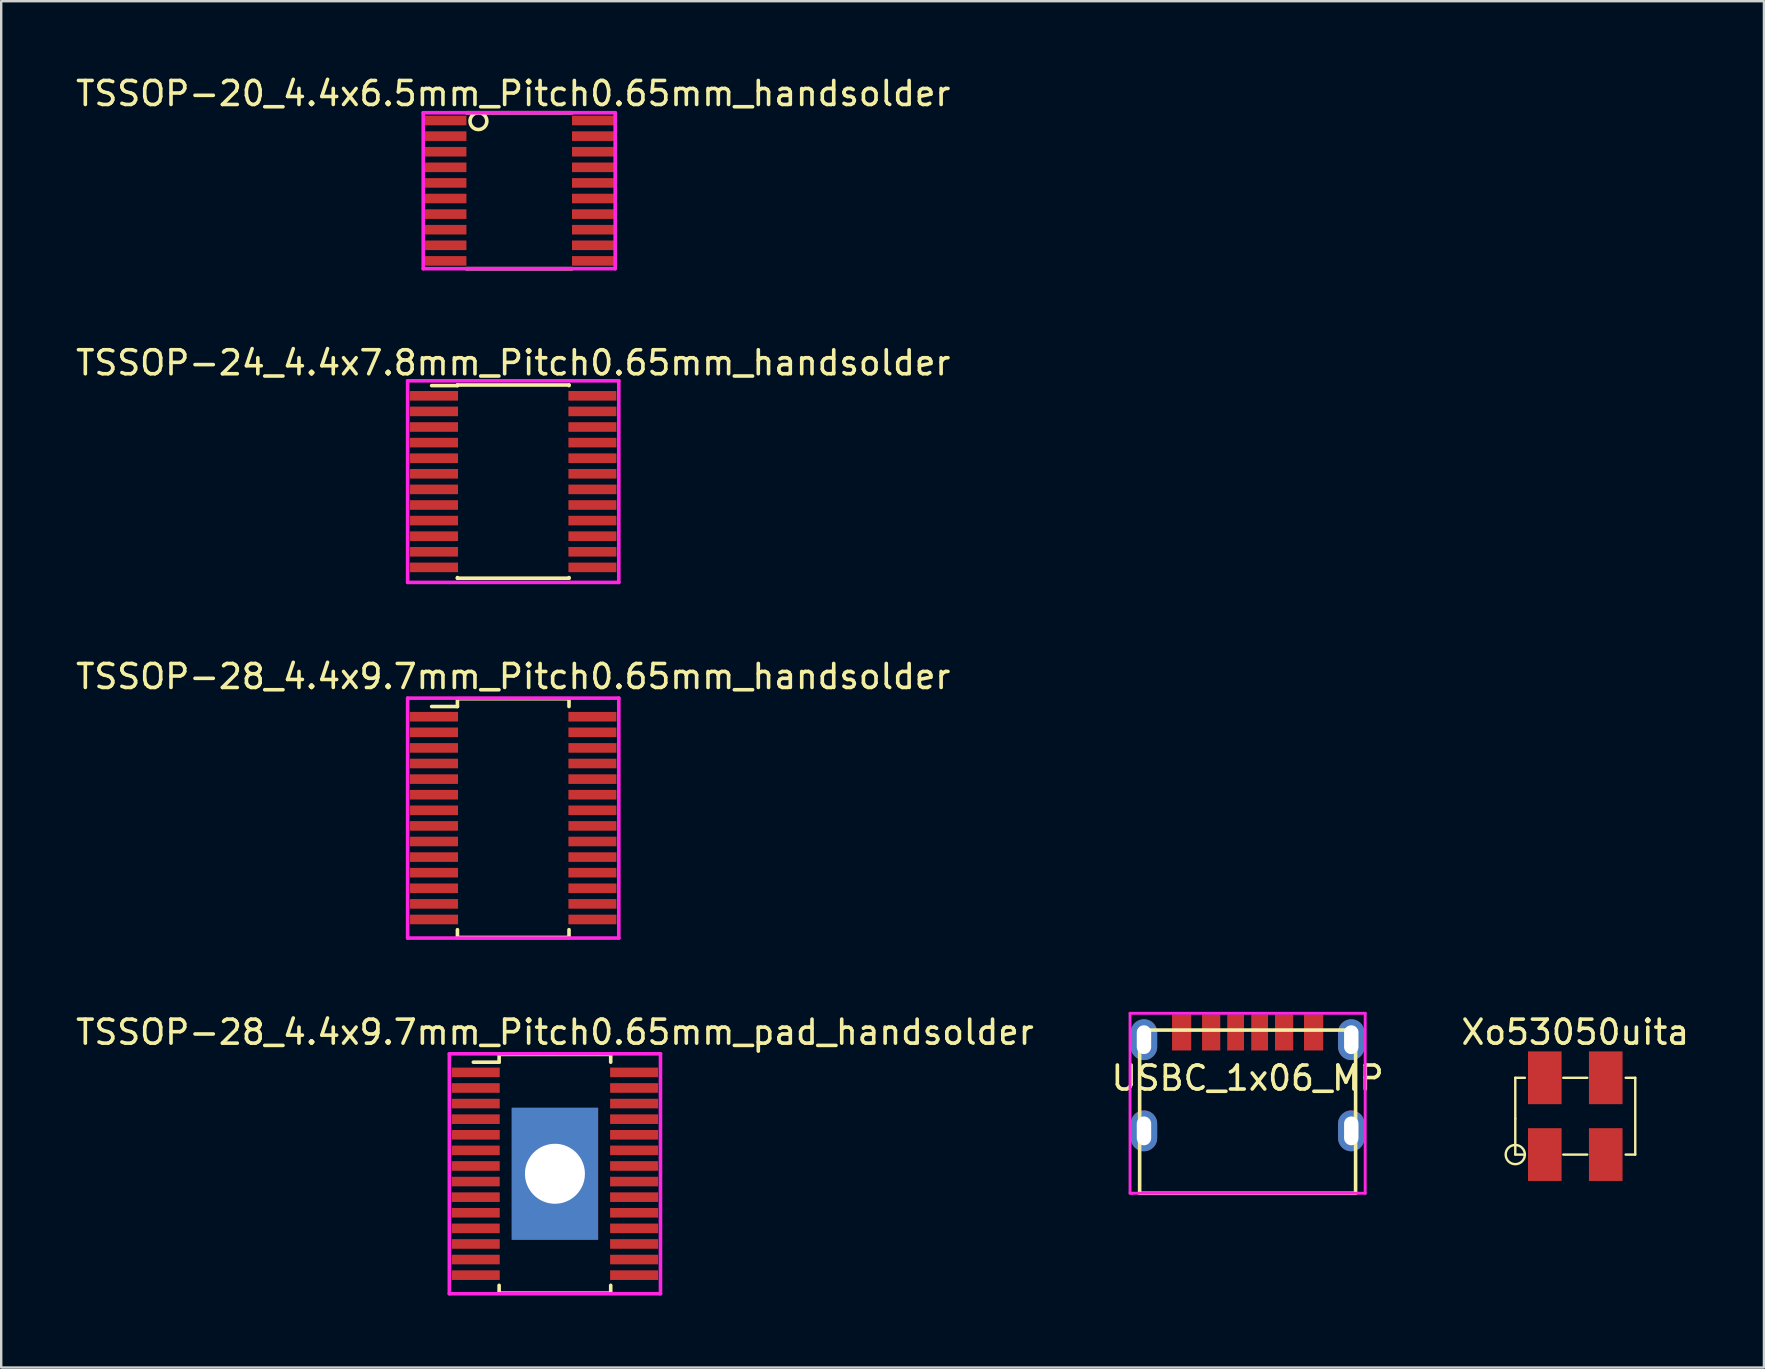
<source format=kicad_pcb>
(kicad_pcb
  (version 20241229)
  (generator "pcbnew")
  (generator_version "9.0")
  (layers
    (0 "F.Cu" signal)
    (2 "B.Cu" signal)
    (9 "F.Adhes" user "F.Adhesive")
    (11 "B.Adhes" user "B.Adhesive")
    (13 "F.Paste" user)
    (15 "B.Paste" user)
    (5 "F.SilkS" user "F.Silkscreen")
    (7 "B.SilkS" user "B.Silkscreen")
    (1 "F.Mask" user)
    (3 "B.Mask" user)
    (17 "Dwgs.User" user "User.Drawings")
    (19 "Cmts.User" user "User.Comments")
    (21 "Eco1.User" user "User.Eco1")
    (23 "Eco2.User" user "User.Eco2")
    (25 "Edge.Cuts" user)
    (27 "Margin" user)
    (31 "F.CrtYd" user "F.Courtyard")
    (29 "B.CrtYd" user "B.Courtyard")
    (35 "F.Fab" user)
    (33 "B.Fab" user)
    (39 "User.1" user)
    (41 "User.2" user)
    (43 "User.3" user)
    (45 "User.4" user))
  (footprint "TSSOP-20_4.4x6.5mm_Pitch0.65mm_handsolder"
    (layer "F.Cu")
    (at 18.589 4.898)
    (property "Reference" "TSSOP-20_4.4x6.5mm_Pitch0.65mm_handsolder" (at -0.25 -4.05 0) (layer "F.SilkS") (effects (font (size 1 1) (thickness 0.15))))
    (attr smd)
    (fp_line (start -2.2 -3.25) (end 2.2 -3.25) (stroke (width 0.15) (type solid)) (layer "F.SilkS"))
    (fp_line (start -2.2 3.25) (end 2.2 3.25) (stroke (width 0.15) (type solid)) (layer "F.SilkS"))
    (fp_circle (center -1.7 -2.9) (end -1.7 -3.25) (stroke (width 0.15) (type solid)) (fill no) (layer "F.SilkS"))
    (fp_line (start -4 -3.25) (end -4 3.25) (stroke (width 0.15) (type solid)) (layer "F.CrtYd"))
    (fp_line (start -4 3.25) (end 4 3.25) (stroke (width 0.15) (type solid)) (layer "F.CrtYd"))
    (fp_line (start 4 -3.25) (end -4 -3.25) (stroke (width 0.15) (type solid)) (layer "F.CrtYd"))
    (fp_line (start 4 3.25) (end 4 -3.25) (stroke (width 0.15) (type solid)) (layer "F.CrtYd"))
    (pad "1" smd rect (at -3.1 -2.925) (size 1.8 0.4) (layers "F.Cu" "F.Mask" "F.Paste"))
    (pad "2" smd rect (at -3.1 -2.275) (size 1.8 0.4) (layers "F.Cu" "F.Mask" "F.Paste"))
    (pad "3" smd rect (at -3.1 -1.625) (size 1.8 0.4) (layers "F.Cu" "F.Mask" "F.Paste"))
    (pad "4" smd rect (at -3.1 -0.975) (size 1.8 0.4) (layers "F.Cu" "F.Mask" "F.Paste"))
    (pad "5" smd rect (at -3.1 -0.325) (size 1.8 0.4) (layers "F.Cu" "F.Mask" "F.Paste"))
    (pad "6" smd rect (at -3.1 0.325) (size 1.8 0.4) (layers "F.Cu" "F.Mask" "F.Paste"))
    (pad "7" smd rect (at -3.1 0.975) (size 1.8 0.4) (layers "F.Cu" "F.Mask" "F.Paste"))
    (pad "8" smd rect (at -3.1 1.625) (size 1.8 0.4) (layers "F.Cu" "F.Mask" "F.Paste"))
    (pad "9" smd rect (at -3.1 2.275) (size 1.8 0.4) (layers "F.Cu" "F.Mask" "F.Paste"))
    (pad "10" smd rect (at -3.1 2.925) (size 1.8 0.4) (layers "F.Cu" "F.Mask" "F.Paste"))
    (pad "11" smd rect (at 3.1 2.925) (size 1.8 0.4) (layers "F.Cu" "F.Mask" "F.Paste"))
    (pad "12" smd rect (at 3.1 2.275) (size 1.8 0.4) (layers "F.Cu" "F.Mask" "F.Paste"))
    (pad "13" smd rect (at 3.1 1.625) (size 1.8 0.4) (layers "F.Cu" "F.Mask" "F.Paste"))
    (pad "14" smd rect (at 3.1 0.975) (size 1.8 0.4) (layers "F.Cu" "F.Mask" "F.Paste"))
    (pad "15" smd rect (at 3.1 0.325) (size 1.8 0.4) (layers "F.Cu" "F.Mask" "F.Paste"))
    (pad "16" smd rect (at 3.1 -0.325) (size 1.8 0.4) (layers "F.Cu" "F.Mask" "F.Paste"))
    (pad "17" smd rect (at 3.1 -0.975) (size 1.8 0.4) (layers "F.Cu" "F.Mask" "F.Paste"))
    (pad "18" smd rect (at 3.1 -1.625) (size 1.8 0.4) (layers "F.Cu" "F.Mask" "F.Paste"))
    (pad "19" smd rect (at 3.1 -2.275) (size 1.8 0.4) (layers "F.Cu" "F.Mask" "F.Paste"))
    (pad "20" smd rect (at 3.1 -2.925) (size 1.8 0.4) (layers "F.Cu" "F.Mask" "F.Paste")))
  (footprint "Xo53050uita"
    (layer "F.Cu")
    (at 62.601 43.468)
    (property "Reference" "Xo53050uita" (at 0 -3.5 0) (layer "F.SilkS") (effects (font (size 1 1) (thickness 0.15))))
    (attr through_hole)
    (fp_line (start -2.5 -1.6) (end -2.1 -1.6) (stroke (width 0.1) (type solid)) (layer "F.SilkS"))
    (fp_line (start -2.5 0.1) (end -2.5 -1.6) (stroke (width 0.1) (type solid)) (layer "F.SilkS"))
    (fp_line (start -2.5 1.6) (end -2.5 0.1) (stroke (width 0.1) (type solid)) (layer "F.SilkS"))
    (fp_line (start -2.1 1.6) (end -2.5 1.6) (stroke (width 0.1) (type solid)) (layer "F.SilkS"))
    (fp_line (start -0.5 -1.6) (end 0.5 -1.6) (stroke (width 0.1) (type solid)) (layer "F.SilkS"))
    (fp_line (start -0.5 1.6) (end 0.5 1.6) (stroke (width 0.1) (type solid)) (layer "F.SilkS"))
    (fp_line (start 2.1 1.6) (end 2.5 1.6) (stroke (width 0.1) (type solid)) (layer "F.SilkS"))
    (fp_line (start 2.5 -1.6) (end 2.1 -1.6) (stroke (width 0.1) (type solid)) (layer "F.SilkS"))
    (fp_line (start 2.5 1.6) (end 2.5 -1.6) (stroke (width 0.1) (type solid)) (layer "F.SilkS"))
    (fp_circle (center -2.5 1.6) (end -2.5 1.2) (stroke (width 0.1) (type solid)) (fill no) (layer "F.SilkS"))
    (pad "1" smd rect (at -1.27 1.6) (size 1.4 2.2) (layers "F.Cu" "F.Mask" "F.Paste"))
    (pad "2" smd rect (at 1.27 1.6) (size 1.4 2.2) (layers "F.Cu" "F.Mask" "F.Paste"))
    (pad "3" smd rect (at 1.27 -1.6) (size 1.4 2.2) (layers "F.Cu" "F.Mask" "F.Paste"))
    (pad "4" smd rect (at -1.27 -1.6) (size 1.4 2.2) (layers "F.Cu" "F.Mask" "F.Paste")))
  (footprint "USBC_1x06_MP"
    (layer "F.Cu")
    (at 48.946 40.28)
    (property "Reference" "USBC_1x06_MP" (at 0 1.6 0) (layer "F.SilkS") (effects (font (size 1 1) (thickness 0.15))))
    (attr through_hole)
    (fp_line (start -4.5 -0.4) (end 4.5 -0.4) (stroke (width 0.15) (type solid)) (layer "F.SilkS"))
    (fp_line (start -4.5 6.4) (end -4.5 -0.4) (stroke (width 0.15) (type solid)) (layer "F.SilkS"))
    (fp_line (start 4.5 -0.4) (end 4.5 6.4) (stroke (width 0.15) (type solid)) (layer "F.SilkS"))
    (fp_line (start 4.5 6.4) (end -4.5 6.4) (stroke (width 0.15) (type solid)) (layer "F.SilkS"))
    (fp_line (start -4.9 -1.1) (end 4.9 -1.1) (stroke (width 0.12) (type solid)) (layer "F.CrtYd"))
    (fp_line (start -4.9 6.4) (end -4.9 -1.1) (stroke (width 0.12) (type solid)) (layer "F.CrtYd"))
    (fp_line (start -4.8 6.4) (end -4.9 6.4) (stroke (width 0.12) (type solid)) (layer "F.CrtYd"))
    (fp_line (start 4.9 -1.1) (end 4.9 6.4) (stroke (width 0.12) (type solid)) (layer "F.CrtYd"))
    (fp_line (start 4.9 6.4) (end -4.8 6.4) (stroke (width 0.12) (type solid)) (layer "F.CrtYd"))
    (pad "A5" smd rect (at -0.5 -0.3) (size 0.7 1.5) (layers "F.Cu" "F.Mask" "F.Paste"))
    (pad "A9" smd rect (at 1.52 -0.3) (size 0.76 1.5) (layers "F.Cu" "F.Mask" "F.Paste"))
    (pad "A12" smd rect (at 2.75 -0.3) (size 0.8 1.5) (layers "F.Cu" "F.Mask" "F.Paste"))
    (pad "B5" smd rect (at 0.5 -0.3) (size 0.7 1.5) (layers "F.Cu" "F.Mask" "F.Paste"))
    (pad "B9" smd rect (at -1.52 -0.3) (size 0.76 1.5) (layers "F.Cu" "F.Mask" "F.Paste"))
    (pad "B12" smd rect (at -2.75 -0.3) (size 0.8 1.5) (layers "F.Cu" "F.Mask" "F.Paste"))
    (pad "MP" thru_hole oval (at -4.32 0) (size 1.1 1.7) (drill oval 0.6 1.2) (layers "*.Cu" "*.Mask"))
    (pad "MP" thru_hole oval (at -4.32 3.8) (size 1.1 1.7) (drill oval 0.6 1.2) (layers "*.Cu" "*.Mask"))
    (pad "MP" thru_hole oval (at 4.32 0) (size 1.1 1.7) (drill oval 0.6 1.2) (layers "*.Cu" "*.Mask"))
    (pad "MP" thru_hole oval (at 4.32 3.8) (size 1.1 1.7) (drill oval 0.6 1.2) (layers "*.Cu" "*.Mask")))
  (footprint "TSSOP-28_4.4x9.7mm_Pitch0.65mm_handsolder"
    (layer "F.Cu")
    (at 18.339 31.045)
    (property "Reference" "TSSOP-28_4.4x9.7mm_Pitch0.65mm_handsolder" (at 0 -5.9 0) (layer "F.SilkS") (effects (font (size 1 1) (thickness 0.15))))
    (attr smd)
    (fp_line (start -2.325 -4.975) (end -2.325 -4.65) (stroke (width 0.15) (type solid)) (layer "F.SilkS"))
    (fp_line (start -2.325 -4.975) (end 2.325 -4.975) (stroke (width 0.15) (type solid)) (layer "F.SilkS"))
    (fp_line (start -2.325 -4.65) (end -3.4 -4.65) (stroke (width 0.15) (type solid)) (layer "F.SilkS"))
    (fp_line (start -2.325 4.975) (end -2.325 4.65) (stroke (width 0.15) (type solid)) (layer "F.SilkS"))
    (fp_line (start -2.325 4.975) (end 2.325 4.975) (stroke (width 0.15) (type solid)) (layer "F.SilkS"))
    (fp_line (start 2.325 -4.975) (end 2.325 -4.65) (stroke (width 0.15) (type solid)) (layer "F.SilkS"))
    (fp_line (start 2.325 4.975) (end 2.325 4.65) (stroke (width 0.15) (type solid)) (layer "F.SilkS"))
    (fp_line (start -4.4 -5) (end 4.4 -5) (stroke (width 0.15) (type solid)) (layer "F.CrtYd"))
    (fp_line (start -4.4 5) (end -4.4 -5) (stroke (width 0.15) (type solid)) (layer "F.CrtYd"))
    (fp_line (start -4.4 5) (end 4.4 5) (stroke (width 0.15) (type solid)) (layer "F.CrtYd"))
    (fp_line (start 4.4 5) (end 4.4 -5) (stroke (width 0.15) (type solid)) (layer "F.CrtYd"))
    (pad "1" smd rect (at -3.3 -4.225) (size 2 0.4) (layers "F.Cu" "F.Mask" "F.Paste"))
    (pad "2" smd rect (at -3.3 -3.575) (size 2 0.4) (layers "F.Cu" "F.Mask" "F.Paste"))
    (pad "3" smd rect (at -3.3 -2.925) (size 2 0.4) (layers "F.Cu" "F.Mask" "F.Paste"))
    (pad "4" smd rect (at -3.3 -2.275) (size 2 0.4) (layers "F.Cu" "F.Mask" "F.Paste"))
    (pad "5" smd rect (at -3.3 -1.625) (size 2 0.4) (layers "F.Cu" "F.Mask" "F.Paste"))
    (pad "6" smd rect (at -3.3 -0.975) (size 2 0.4) (layers "F.Cu" "F.Mask" "F.Paste"))
    (pad "7" smd rect (at -3.3 -0.325) (size 2 0.4) (layers "F.Cu" "F.Mask" "F.Paste"))
    (pad "8" smd rect (at -3.3 0.325) (size 2 0.4) (layers "F.Cu" "F.Mask" "F.Paste"))
    (pad "9" smd rect (at -3.3 0.975) (size 2 0.4) (layers "F.Cu" "F.Mask" "F.Paste"))
    (pad "10" smd rect (at -3.3 1.625) (size 2 0.4) (layers "F.Cu" "F.Mask" "F.Paste"))
    (pad "11" smd rect (at -3.3 2.275) (size 2 0.4) (layers "F.Cu" "F.Mask" "F.Paste"))
    (pad "12" smd rect (at -3.3 2.925) (size 2 0.4) (layers "F.Cu" "F.Mask" "F.Paste"))
    (pad "13" smd rect (at -3.3 3.575) (size 2 0.4) (layers "F.Cu" "F.Mask" "F.Paste"))
    (pad "14" smd rect (at -3.3 4.225) (size 2 0.4) (layers "F.Cu" "F.Mask" "F.Paste"))
    (pad "15" smd rect (at 3.3 4.225) (size 2 0.4) (layers "F.Cu" "F.Mask" "F.Paste"))
    (pad "16" smd rect (at 3.3 3.575) (size 2 0.4) (layers "F.Cu" "F.Mask" "F.Paste"))
    (pad "17" smd rect (at 3.3 2.925) (size 2 0.4) (layers "F.Cu" "F.Mask" "F.Paste"))
    (pad "18" smd rect (at 3.3 2.275) (size 2 0.4) (layers "F.Cu" "F.Mask" "F.Paste"))
    (pad "19" smd rect (at 3.3 1.625) (size 2 0.4) (layers "F.Cu" "F.Mask" "F.Paste"))
    (pad "20" smd rect (at 3.3 0.975) (size 2 0.4) (layers "F.Cu" "F.Mask" "F.Paste"))
    (pad "21" smd rect (at 3.3 0.325) (size 2 0.4) (layers "F.Cu" "F.Mask" "F.Paste"))
    (pad "22" smd rect (at 3.3 -0.325) (size 2 0.4) (layers "F.Cu" "F.Mask" "F.Paste"))
    (pad "23" smd rect (at 3.3 -0.975) (size 2 0.4) (layers "F.Cu" "F.Mask" "F.Paste"))
    (pad "24" smd rect (at 3.3 -1.625) (size 2 0.4) (layers "F.Cu" "F.Mask" "F.Paste"))
    (pad "25" smd rect (at 3.3 -2.275) (size 2 0.4) (layers "F.Cu" "F.Mask" "F.Paste"))
    (pad "26" smd rect (at 3.3 -2.925) (size 2 0.4) (layers "F.Cu" "F.Mask" "F.Paste"))
    (pad "27" smd rect (at 3.3 -3.575) (size 2 0.4) (layers "F.Cu" "F.Mask" "F.Paste"))
    (pad "28" smd rect (at 3.3 -4.225) (size 2 0.4) (layers "F.Cu" "F.Mask" "F.Paste")))
  (footprint "TSSOP-24_4.4x7.8mm_Pitch0.65mm_handsolder"
    (layer "F.Cu")
    (at 18.339 17.021)
    (property "Reference" "TSSOP-24_4.4x7.8mm_Pitch0.65mm_handsolder" (at 0 -4.95 0) (layer "F.SilkS") (effects (font (size 1 1) (thickness 0.15))))
    (attr smd)
    (fp_line (start -2.325 -4.025) (end -2.325 -4) (stroke (width 0.15) (type solid)) (layer "F.SilkS"))
    (fp_line (start -2.325 -4.025) (end 2.325 -4.025) (stroke (width 0.15) (type solid)) (layer "F.SilkS"))
    (fp_line (start -2.325 -4) (end -3.4 -4) (stroke (width 0.15) (type solid)) (layer "F.SilkS"))
    (fp_line (start -2.325 4.025) (end -2.325 4) (stroke (width 0.15) (type solid)) (layer "F.SilkS"))
    (fp_line (start -2.325 4.025) (end 2.325 4.025) (stroke (width 0.15) (type solid)) (layer "F.SilkS"))
    (fp_line (start 2.325 -4.025) (end 2.325 -4) (stroke (width 0.15) (type solid)) (layer "F.SilkS"))
    (fp_line (start 2.325 4.025) (end 2.325 4) (stroke (width 0.15) (type solid)) (layer "F.SilkS"))
    (fp_line (start -4.4 -4.2) (end 4.4 -4.2) (stroke (width 0.15) (type solid)) (layer "F.CrtYd"))
    (fp_line (start -4.4 4.2) (end -4.4 -4.2) (stroke (width 0.15) (type solid)) (layer "F.CrtYd"))
    (fp_line (start 4.4 -4.2) (end 4.4 4.2) (stroke (width 0.15) (type solid)) (layer "F.CrtYd"))
    (fp_line (start 4.4 4.2) (end -4.4 4.2) (stroke (width 0.15) (type solid)) (layer "F.CrtYd"))
    (pad "1" smd rect (at -3.3 -3.575) (size 2 0.4) (layers "F.Cu" "F.Mask" "F.Paste"))
    (pad "2" smd rect (at -3.3 -2.925) (size 2 0.4) (layers "F.Cu" "F.Mask" "F.Paste"))
    (pad "3" smd rect (at -3.3 -2.275) (size 2 0.4) (layers "F.Cu" "F.Mask" "F.Paste"))
    (pad "4" smd rect (at -3.3 -1.625) (size 2 0.4) (layers "F.Cu" "F.Mask" "F.Paste"))
    (pad "5" smd rect (at -3.3 -0.975) (size 2 0.4) (layers "F.Cu" "F.Mask" "F.Paste"))
    (pad "6" smd rect (at -3.3 -0.325) (size 2 0.4) (layers "F.Cu" "F.Mask" "F.Paste"))
    (pad "7" smd rect (at -3.3 0.325) (size 2 0.4) (layers "F.Cu" "F.Mask" "F.Paste"))
    (pad "8" smd rect (at -3.3 0.975) (size 2 0.4) (layers "F.Cu" "F.Mask" "F.Paste"))
    (pad "9" smd rect (at -3.3 1.625) (size 2 0.4) (layers "F.Cu" "F.Mask" "F.Paste"))
    (pad "10" smd rect (at -3.3 2.275) (size 2 0.4) (layers "F.Cu" "F.Mask" "F.Paste"))
    (pad "11" smd rect (at -3.3 2.925) (size 2 0.4) (layers "F.Cu" "F.Mask" "F.Paste"))
    (pad "12" smd rect (at -3.3 3.575) (size 2 0.4) (layers "F.Cu" "F.Mask" "F.Paste"))
    (pad "13" smd rect (at 3.3 3.575) (size 2 0.4) (layers "F.Cu" "F.Mask" "F.Paste"))
    (pad "14" smd rect (at 3.3 2.925) (size 2 0.4) (layers "F.Cu" "F.Mask" "F.Paste"))
    (pad "15" smd rect (at 3.3 2.275) (size 2 0.4) (layers "F.Cu" "F.Mask" "F.Paste"))
    (pad "16" smd rect (at 3.3 1.625) (size 2 0.4) (layers "F.Cu" "F.Mask" "F.Paste"))
    (pad "17" smd rect (at 3.3 0.975) (size 2 0.4) (layers "F.Cu" "F.Mask" "F.Paste"))
    (pad "18" smd rect (at 3.3 0.325) (size 2 0.4) (layers "F.Cu" "F.Mask" "F.Paste"))
    (pad "19" smd rect (at 3.3 -0.325) (size 2 0.4) (layers "F.Cu" "F.Mask" "F.Paste"))
    (pad "20" smd rect (at 3.3 -0.975) (size 2 0.4) (layers "F.Cu" "F.Mask" "F.Paste"))
    (pad "21" smd rect (at 3.3 -1.625) (size 2 0.4) (layers "F.Cu" "F.Mask" "F.Paste"))
    (pad "22" smd rect (at 3.3 -2.275) (size 2 0.4) (layers "F.Cu" "F.Mask" "F.Paste"))
    (pad "23" smd rect (at 3.3 -2.925) (size 2 0.4) (layers "F.Cu" "F.Mask" "F.Paste"))
    (pad "24" smd rect (at 3.3 -3.575) (size 2 0.4) (layers "F.Cu" "F.Mask" "F.Paste")))
  (footprint "TSSOP-28_4.4x9.7mm_Pitch0.65mm_pad_handsolder"
    (layer "F.Cu")
    (at 20.077 45.868)
    (property "Reference" "TSSOP-28_4.4x9.7mm_Pitch0.65mm_pad_handsolder" (at 0 -5.9 0) (layer "F.SilkS") (effects (font (size 1 1) (thickness 0.15))))
    (attr smd)
    (fp_line (start -2.325 -4.975) (end -2.325 -4.65) (stroke (width 0.15) (type solid)) (layer "F.SilkS"))
    (fp_line (start -2.325 -4.975) (end 2.325 -4.975) (stroke (width 0.15) (type solid)) (layer "F.SilkS"))
    (fp_line (start -2.325 -4.65) (end -3.4 -4.65) (stroke (width 0.15) (type solid)) (layer "F.SilkS"))
    (fp_line (start -2.325 4.975) (end -2.325 4.65) (stroke (width 0.15) (type solid)) (layer "F.SilkS"))
    (fp_line (start -2.325 4.975) (end 2.325 4.975) (stroke (width 0.15) (type solid)) (layer "F.SilkS"))
    (fp_line (start 2.325 -4.975) (end 2.325 -4.65) (stroke (width 0.15) (type solid)) (layer "F.SilkS"))
    (fp_line (start 2.325 4.975) (end 2.325 4.65) (stroke (width 0.15) (type solid)) (layer "F.SilkS"))
    (fp_line (start -4.4 -5) (end 4.4 -5) (stroke (width 0.15) (type solid)) (layer "F.CrtYd"))
    (fp_line (start -4.4 5) (end -4.4 -5) (stroke (width 0.15) (type solid)) (layer "F.CrtYd"))
    (fp_line (start -4.4 5) (end 4.4 5) (stroke (width 0.15) (type solid)) (layer "F.CrtYd"))
    (fp_line (start 4.4 5) (end 4.4 -5) (stroke (width 0.15) (type solid)) (layer "F.CrtYd"))
    (pad "1" smd rect (at -3.3 -4.225) (size 2 0.4) (layers "F.Cu" "F.Mask" "F.Paste"))
    (pad "2" smd rect (at -3.3 -3.575) (size 2 0.4) (layers "F.Cu" "F.Mask" "F.Paste"))
    (pad "3" smd rect (at -3.3 -2.925) (size 2 0.4) (layers "F.Cu" "F.Mask" "F.Paste"))
    (pad "4" smd rect (at -3.3 -2.275) (size 2 0.4) (layers "F.Cu" "F.Mask" "F.Paste"))
    (pad "5" smd rect (at -3.3 -1.625) (size 2 0.4) (layers "F.Cu" "F.Mask" "F.Paste"))
    (pad "6" smd rect (at -3.3 -0.975) (size 2 0.4) (layers "F.Cu" "F.Mask" "F.Paste"))
    (pad "7" smd rect (at -3.3 -0.325) (size 2 0.4) (layers "F.Cu" "F.Mask" "F.Paste"))
    (pad "8" smd rect (at -3.3 0.325) (size 2 0.4) (layers "F.Cu" "F.Mask" "F.Paste"))
    (pad "9" smd rect (at -3.3 0.975) (size 2 0.4) (layers "F.Cu" "F.Mask" "F.Paste"))
    (pad "10" smd rect (at -3.3 1.625) (size 2 0.4) (layers "F.Cu" "F.Mask" "F.Paste"))
    (pad "11" smd rect (at -3.3 2.275) (size 2 0.4) (layers "F.Cu" "F.Mask" "F.Paste"))
    (pad "12" smd rect (at -3.3 2.925) (size 2 0.4) (layers "F.Cu" "F.Mask" "F.Paste"))
    (pad "13" smd rect (at -3.3 3.575) (size 2 0.4) (layers "F.Cu" "F.Mask" "F.Paste"))
    (pad "14" smd rect (at -3.3 4.225) (size 2 0.4) (layers "F.Cu" "F.Mask" "F.Paste"))
    (pad "15" smd rect (at 3.3 4.225) (size 2 0.4) (layers "F.Cu" "F.Mask" "F.Paste"))
    (pad "16" smd rect (at 3.3 3.575) (size 2 0.4) (layers "F.Cu" "F.Mask" "F.Paste"))
    (pad "17" smd rect (at 3.3 2.925) (size 2 0.4) (layers "F.Cu" "F.Mask" "F.Paste"))
    (pad "18" smd rect (at 3.3 2.275) (size 2 0.4) (layers "F.Cu" "F.Mask" "F.Paste"))
    (pad "19" smd rect (at 3.3 1.625) (size 2 0.4) (layers "F.Cu" "F.Mask" "F.Paste"))
    (pad "20" smd rect (at 3.3 0.975) (size 2 0.4) (layers "F.Cu" "F.Mask" "F.Paste"))
    (pad "21" smd rect (at 3.3 0.325) (size 2 0.4) (layers "F.Cu" "F.Mask" "F.Paste"))
    (pad "22" smd rect (at 3.3 -0.325) (size 2 0.4) (layers "F.Cu" "F.Mask" "F.Paste"))
    (pad "23" smd rect (at 3.3 -0.975) (size 2 0.4) (layers "F.Cu" "F.Mask" "F.Paste"))
    (pad "24" smd rect (at 3.3 -1.625) (size 2 0.4) (layers "F.Cu" "F.Mask" "F.Paste"))
    (pad "25" smd rect (at 3.3 -2.275) (size 2 0.4) (layers "F.Cu" "F.Mask" "F.Paste"))
    (pad "26" smd rect (at 3.3 -2.925) (size 2 0.4) (layers "F.Cu" "F.Mask" "F.Paste"))
    (pad "27" smd rect (at 3.3 -3.575) (size 2 0.4) (layers "F.Cu" "F.Mask" "F.Paste"))
    (pad "28" smd rect (at 3.3 -4.225) (size 2 0.4) (layers "F.Cu" "F.Mask" "F.Paste"))
    (pad "29" thru_hole rect (at 0 0) (size 3.6 5.5) (drill 2.5) (layers "*.Cu" "*.Mask")))
  (gr_rect
    (start -3 -3)
    (end 70.464 53.943)
    (stroke (width 0.1) (type default))
    (fill no)
    (layer "Edge.Cuts")))
</source>
